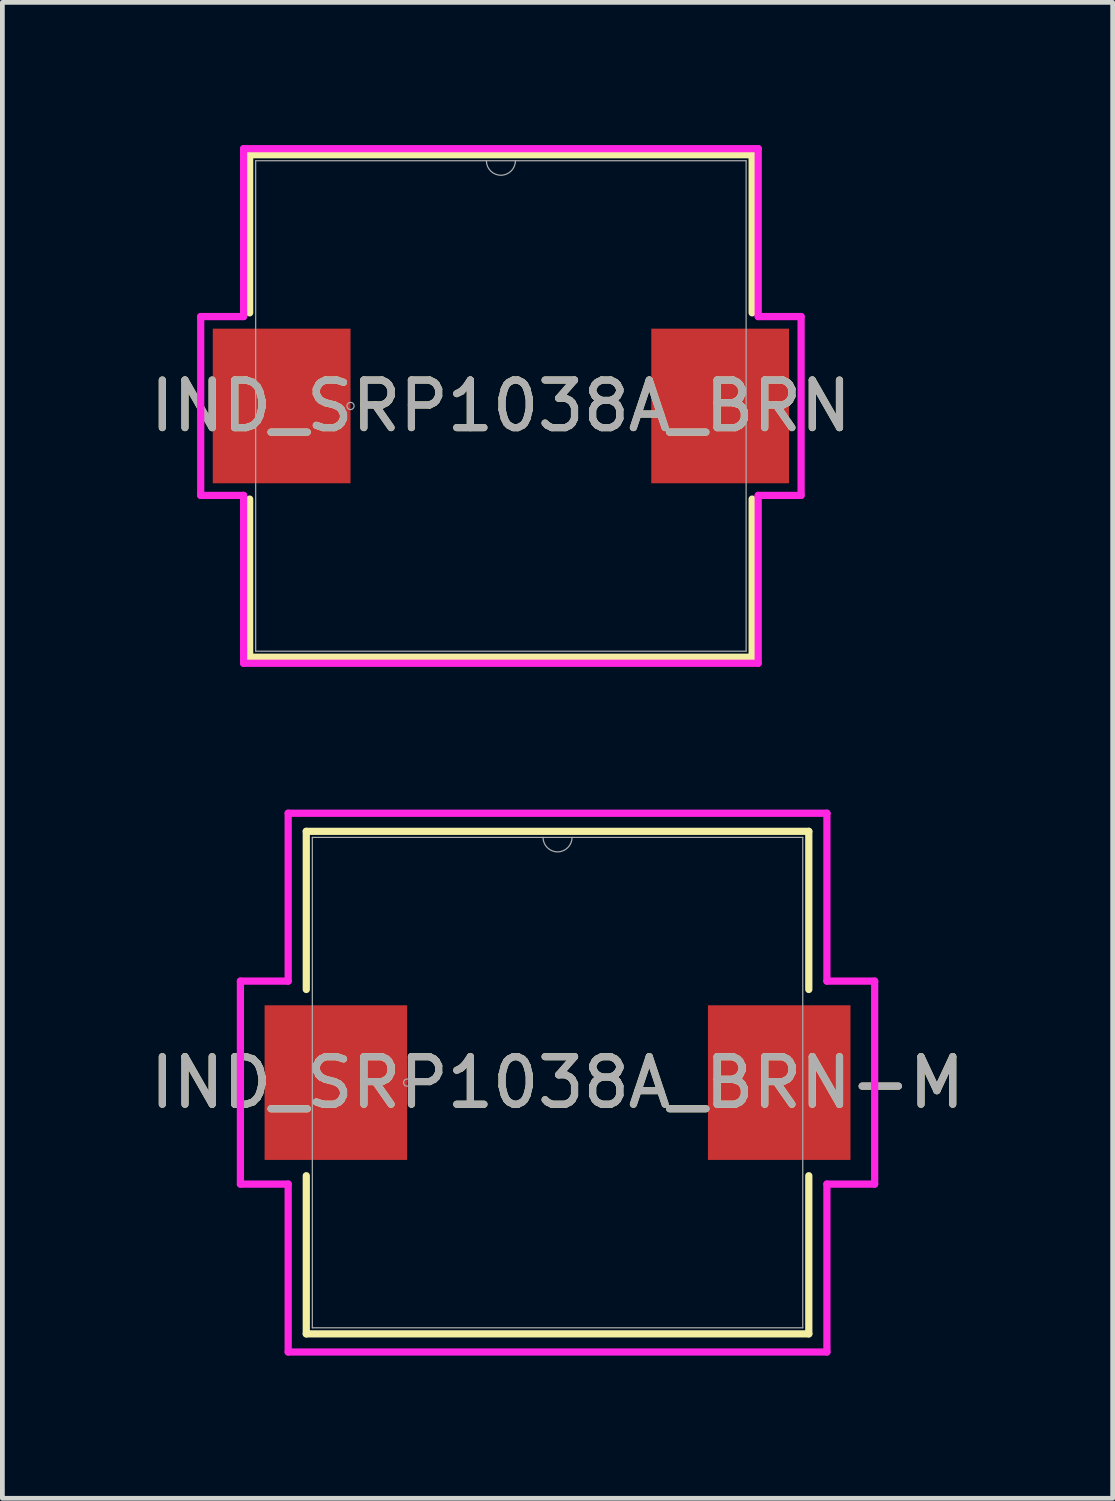
<source format=kicad_pcb>
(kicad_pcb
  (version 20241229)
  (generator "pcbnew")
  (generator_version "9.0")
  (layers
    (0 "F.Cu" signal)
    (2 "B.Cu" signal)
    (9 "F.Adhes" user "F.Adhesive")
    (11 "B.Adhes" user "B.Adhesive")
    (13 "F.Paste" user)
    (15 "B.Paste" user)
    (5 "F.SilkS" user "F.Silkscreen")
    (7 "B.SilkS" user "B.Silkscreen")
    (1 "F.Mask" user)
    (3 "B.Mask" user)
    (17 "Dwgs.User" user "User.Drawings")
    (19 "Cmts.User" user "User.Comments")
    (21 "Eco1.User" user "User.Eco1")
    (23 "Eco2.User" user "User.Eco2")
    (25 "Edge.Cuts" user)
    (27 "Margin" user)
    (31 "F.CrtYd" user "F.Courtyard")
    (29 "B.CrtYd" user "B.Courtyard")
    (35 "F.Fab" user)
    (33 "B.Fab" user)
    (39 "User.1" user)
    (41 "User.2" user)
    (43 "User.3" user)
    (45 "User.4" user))
  (footprint "IND_SRP1038A_BRN"
    (layer "F.Cu")
    (at 7.482 5.486)
    (property "Reference" "IND_SRP1038A_BRN" (at 0 0 0) (unlocked yes) (layer "F.SilkS") (effects (font (size 1 1) (thickness 0.15))))
    (attr smd)
    (fp_line (start -5.283 -5.283) (end -5.283 -1.958) (stroke (width 0.152) (type solid)) (layer "F.SilkS"))
    (fp_line (start -5.283 1.958) (end -5.283 5.283) (stroke (width 0.152) (type solid)) (layer "F.SilkS"))
    (fp_line (start -5.283 5.283) (end 5.283 5.283) (stroke (width 0.152) (type solid)) (layer "F.SilkS"))
    (fp_line (start 5.283 -5.283) (end -5.283 -5.283) (stroke (width 0.152) (type solid)) (layer "F.SilkS"))
    (fp_line (start 5.283 -1.958) (end 5.283 -5.283) (stroke (width 0.152) (type solid)) (layer "F.SilkS"))
    (fp_line (start 5.283 5.283) (end 5.283 1.958) (stroke (width 0.152) (type solid)) (layer "F.SilkS"))
    (fp_line (start -6.312 -1.88) (end -5.41 -1.88) (stroke (width 0.152) (type solid)) (layer "F.CrtYd"))
    (fp_line (start -6.312 1.88) (end -6.312 -1.88) (stroke (width 0.152) (type solid)) (layer "F.CrtYd"))
    (fp_line (start -6.312 1.88) (end -5.41 1.88) (stroke (width 0.152) (type solid)) (layer "F.CrtYd"))
    (fp_line (start -5.41 -5.41) (end 5.41 -5.41) (stroke (width 0.152) (type solid)) (layer "F.CrtYd"))
    (fp_line (start -5.41 -1.88) (end -5.41 -5.41) (stroke (width 0.152) (type solid)) (layer "F.CrtYd"))
    (fp_line (start -5.41 5.41) (end -5.41 1.88) (stroke (width 0.152) (type solid)) (layer "F.CrtYd"))
    (fp_line (start 5.41 -5.41) (end 5.41 -1.88) (stroke (width 0.152) (type solid)) (layer "F.CrtYd"))
    (fp_line (start 5.41 1.88) (end 5.41 5.41) (stroke (width 0.152) (type solid)) (layer "F.CrtYd"))
    (fp_line (start 5.41 5.41) (end -5.41 5.41) (stroke (width 0.152) (type solid)) (layer "F.CrtYd"))
    (fp_line (start 6.312 -1.88) (end 5.41 -1.88) (stroke (width 0.152) (type solid)) (layer "F.CrtYd"))
    (fp_line (start 6.312 -1.88) (end 6.312 1.88) (stroke (width 0.152) (type solid)) (layer "F.CrtYd"))
    (fp_line (start 6.312 1.88) (end 5.41 1.88) (stroke (width 0.152) (type solid)) (layer "F.CrtYd"))
    (fp_line (start -5.156 -5.156) (end -5.156 5.156) (stroke (width 0.025) (type solid)) (layer "F.Fab"))
    (fp_line (start -5.156 5.156) (end 5.156 5.156) (stroke (width 0.025) (type solid)) (layer "F.Fab"))
    (fp_line (start 5.156 -5.156) (end -5.156 -5.156) (stroke (width 0.025) (type solid)) (layer "F.Fab"))
    (fp_line (start 5.156 5.156) (end 5.156 -5.156) (stroke (width 0.025) (type solid)) (layer "F.Fab"))
    (fp_arc (start 0.3048 -5.1562) (mid 0 -4.8514) (end -0.3048 -5.1562) (stroke (width 0.0254) (type solid)) (layer "F.Fab"))
    (fp_circle (center -3.162 0) (end -3.086 0) (stroke (width 0.025) (type solid)) (fill no) (layer "F.Fab"))
    (fp_text user "${REFERENCE}" (at 0 0 0) (unlocked yes) (layer "F.Fab") (effects (font (size 1 1) (thickness 0.15))))
    (pad "1" smd rect (at -4.61 0) (size 2.896 3.251) (layers "F.Cu" "F.Mask" "F.Paste"))
    (pad "2" smd rect (at 4.61 0) (size 2.896 3.251) (layers "F.Cu" "F.Mask" "F.Paste")))
  (footprint "IND_SRP1038A_BRN-M"
    (layer "F.Cu")
    (at 8.673 19.713)
    (property "Reference" "IND_SRP1038A_BRN-M" (at 0 0 0) (unlocked yes) (layer "F.SilkS") (effects (font (size 1 1) (thickness 0.15))))
    (attr smd)
    (fp_line (start -5.283 -5.283) (end -5.283 -1.958) (stroke (width 0.152) (type solid)) (layer "F.SilkS"))
    (fp_line (start -5.283 1.958) (end -5.283 5.283) (stroke (width 0.152) (type solid)) (layer "F.SilkS"))
    (fp_line (start -5.283 5.283) (end 5.283 5.283) (stroke (width 0.152) (type solid)) (layer "F.SilkS"))
    (fp_line (start 5.283 -5.283) (end -5.283 -5.283) (stroke (width 0.152) (type solid)) (layer "F.SilkS"))
    (fp_line (start 5.283 -1.958) (end 5.283 -5.283) (stroke (width 0.152) (type solid)) (layer "F.SilkS"))
    (fp_line (start 5.283 5.283) (end 5.283 1.958) (stroke (width 0.152) (type solid)) (layer "F.SilkS"))
    (fp_line (start -6.668 -2.134) (end -5.664 -2.134) (stroke (width 0.152) (type solid)) (layer "F.CrtYd"))
    (fp_line (start -6.668 2.134) (end -6.668 -2.134) (stroke (width 0.152) (type solid)) (layer "F.CrtYd"))
    (fp_line (start -6.668 2.134) (end -5.664 2.134) (stroke (width 0.152) (type solid)) (layer "F.CrtYd"))
    (fp_line (start -5.664 -5.664) (end 5.664 -5.664) (stroke (width 0.152) (type solid)) (layer "F.CrtYd"))
    (fp_line (start -5.664 -2.134) (end -5.664 -5.664) (stroke (width 0.152) (type solid)) (layer "F.CrtYd"))
    (fp_line (start -5.664 5.664) (end -5.664 2.134) (stroke (width 0.152) (type solid)) (layer "F.CrtYd"))
    (fp_line (start 5.664 -5.664) (end 5.664 -2.134) (stroke (width 0.152) (type solid)) (layer "F.CrtYd"))
    (fp_line (start 5.664 2.134) (end 5.664 5.664) (stroke (width 0.152) (type solid)) (layer "F.CrtYd"))
    (fp_line (start 5.664 5.664) (end -5.664 5.664) (stroke (width 0.152) (type solid)) (layer "F.CrtYd"))
    (fp_line (start 6.668 -2.134) (end 5.664 -2.134) (stroke (width 0.152) (type solid)) (layer "F.CrtYd"))
    (fp_line (start 6.668 -2.134) (end 6.668 2.134) (stroke (width 0.152) (type solid)) (layer "F.CrtYd"))
    (fp_line (start 6.668 2.134) (end 5.664 2.134) (stroke (width 0.152) (type solid)) (layer "F.CrtYd"))
    (fp_line (start -5.156 -5.156) (end -5.156 5.156) (stroke (width 0.025) (type solid)) (layer "F.Fab"))
    (fp_line (start -5.156 5.156) (end 5.156 5.156) (stroke (width 0.025) (type solid)) (layer "F.Fab"))
    (fp_line (start 5.156 -5.156) (end -5.156 -5.156) (stroke (width 0.025) (type solid)) (layer "F.Fab"))
    (fp_line (start 5.156 5.156) (end 5.156 -5.156) (stroke (width 0.025) (type solid)) (layer "F.Fab"))
    (fp_arc (start 0.3048 -5.1562) (mid 0 -4.8514) (end -0.3048 -5.1562) (stroke (width 0.0254) (type solid)) (layer "F.Fab"))
    (fp_circle (center -3.162 0) (end -3.086 0) (stroke (width 0.025) (type solid)) (fill no) (layer "F.Fab"))
    (fp_text user "${REFERENCE}" (at 0 0 0) (unlocked yes) (layer "F.Fab") (effects (font (size 1 1) (thickness 0.15))))
    (pad "1" smd rect (at -4.661 0) (size 2.997 3.251) (layers "F.Cu" "F.Mask" "F.Paste"))
    (pad "2" smd rect (at 4.661 0) (size 2.997 3.251) (layers "F.Cu" "F.Mask" "F.Paste")))
  (gr_rect
    (start -3 -3)
    (end 20.345 28.454)
    (stroke (width 0.1) (type default))
    (fill no)
    (layer "Edge.Cuts")))
</source>
